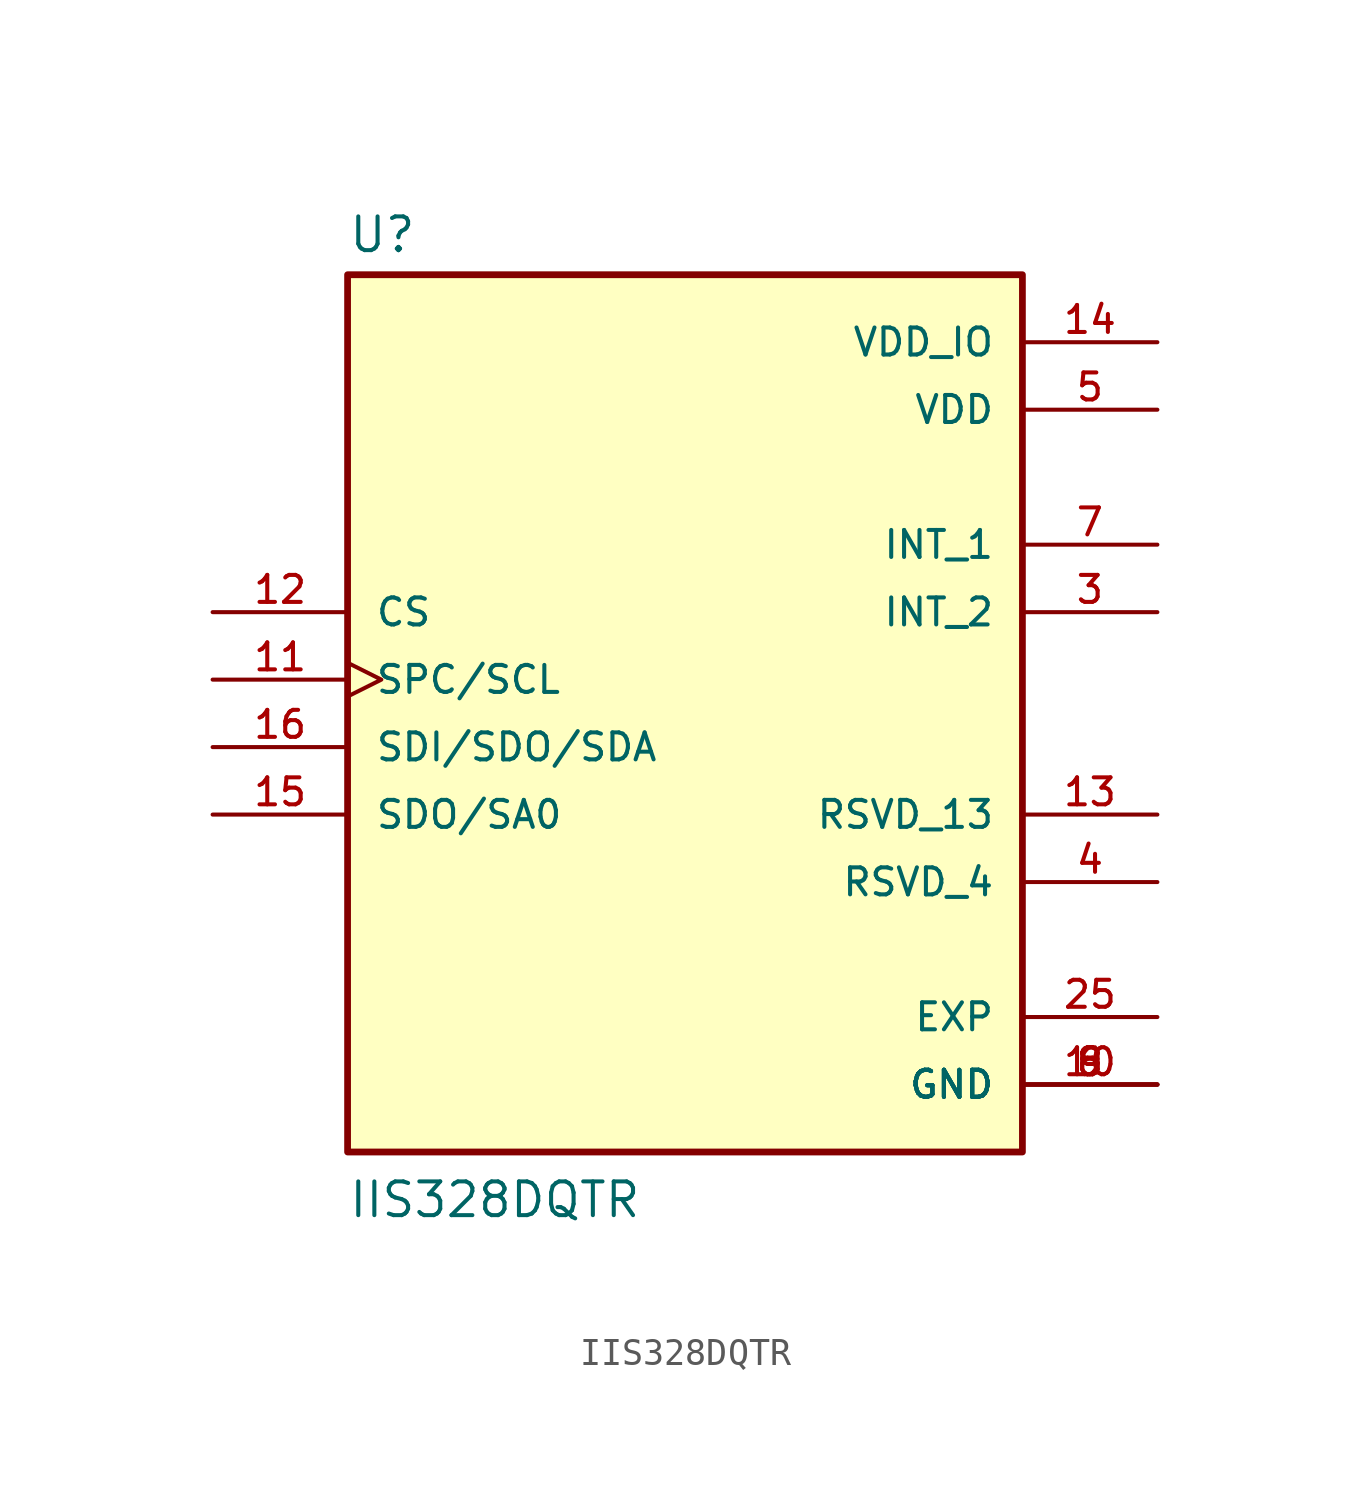
<source format=kicad_sym>
(kicad_symbol_lib
  (version 20211014)
  (generator kicad_symbol_editor)
  (symbol "IIS328DQTR"
    (pin_names
      (offset 1.016))
    (property "Reference" "U"
      (at -12.7 16.002 0)
      (effects (font (size 1.27 1.27)) (justify bottom left)))
    (property "Value" "IIS328DQTR"
      (at -12.7 -20.32 0)
      (effects (font (size 1.27 1.27)) (justify bottom left)))
    (symbol "IIS328DQTR_0_0"
      (rectangle (start -12.7 -17.78) (end 12.7 15.24) (stroke (width 0.254)) (fill (type background)))
      (pin output line (at 17.78 2.54 180.0) (length 5.08) (name "INT_2" (effects (font (size 1.016 1.016)))) (number "3" (effects (font (size 1.016 1.016)))))
      (pin passive line (at 17.78 -7.62 180.0) (length 5.08) (name "RSVD_4" (effects (font (size 1.016 1.016)))) (number "4" (effects (font (size 1.016 1.016)))))
      (pin power_in line (at 17.78 10.16 180.0) (length 5.08) (name "VDD" (effects (font (size 1.016 1.016)))) (number "5" (effects (font (size 1.016 1.016)))))
      (pin power_in line (at 17.78 -15.24 180.0) (length 5.08) (name "GND" (effects (font (size 1.016 1.016)))) (number "6" (effects (font (size 1.016 1.016)))))
      (pin power_in line (at 17.78 -15.24 180.0) (length 5.08) (name "GND" (effects (font (size 1.016 1.016)))) (number "8" (effects (font (size 1.016 1.016)))))
      (pin power_in line (at 17.78 -15.24 180.0) (length 5.08) (name "GND" (effects (font (size 1.016 1.016)))) (number "9" (effects (font (size 1.016 1.016)))))
      (pin power_in line (at 17.78 -15.24 180.0) (length 5.08) (name "GND" (effects (font (size 1.016 1.016)))) (number "10" (effects (font (size 1.016 1.016)))))
      (pin output line (at 17.78 5.08 180.0) (length 5.08) (name "INT_1" (effects (font (size 1.016 1.016)))) (number "7" (effects (font (size 1.016 1.016)))))
      (pin input clock (at -17.78 0.0 0) (length 5.08) (name "SPC/SCL" (effects (font (size 1.016 1.016)))) (number "11" (effects (font (size 1.016 1.016)))))
      (pin input line (at -17.78 2.54 0) (length 5.08) (name "CS" (effects (font (size 1.016 1.016)))) (number "12" (effects (font (size 1.016 1.016)))))
      (pin passive line (at 17.78 -5.08 180.0) (length 5.08) (name "RSVD_13" (effects (font (size 1.016 1.016)))) (number "13" (effects (font (size 1.016 1.016)))))
      (pin power_in line (at 17.78 12.7 180.0) (length 5.08) (name "VDD_IO" (effects (font (size 1.016 1.016)))) (number "14" (effects (font (size 1.016 1.016)))))
      (pin bidirectional line (at -17.78 -5.08 0) (length 5.08) (name "SDO/SA0" (effects (font (size 1.016 1.016)))) (number "15" (effects (font (size 1.016 1.016)))))
      (pin bidirectional line (at -17.78 -2.54 0) (length 5.08) (name "SDI/SDO/SDA" (effects (font (size 1.016 1.016)))) (number "16" (effects (font (size 1.016 1.016)))))
      (pin passive line (at 17.78 -12.7 180.0) (length 5.08) (name "EXP" (effects (font (size 1.016 1.016)))) (number "25" (effects (font (size 1.016 1.016))))))))
</source>
